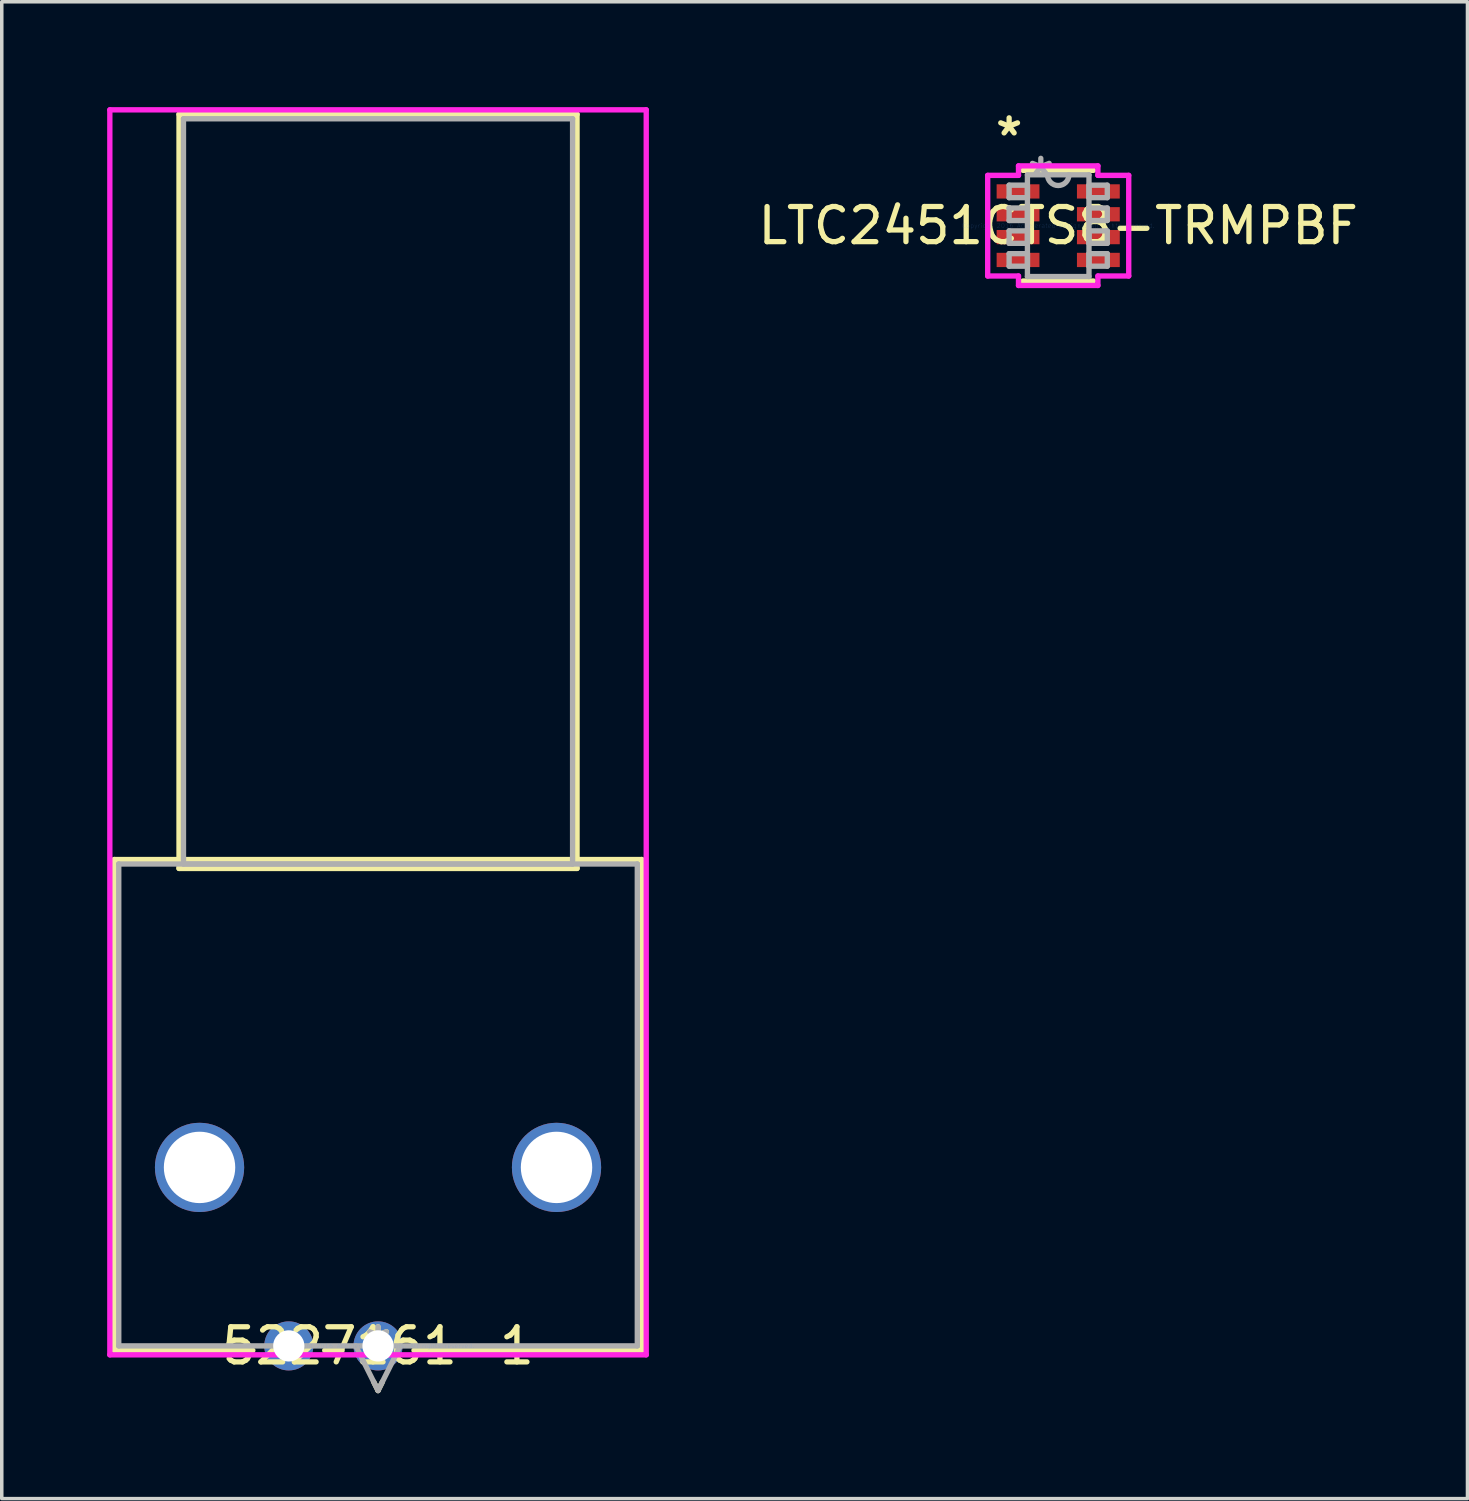
<source format=kicad_pcb>
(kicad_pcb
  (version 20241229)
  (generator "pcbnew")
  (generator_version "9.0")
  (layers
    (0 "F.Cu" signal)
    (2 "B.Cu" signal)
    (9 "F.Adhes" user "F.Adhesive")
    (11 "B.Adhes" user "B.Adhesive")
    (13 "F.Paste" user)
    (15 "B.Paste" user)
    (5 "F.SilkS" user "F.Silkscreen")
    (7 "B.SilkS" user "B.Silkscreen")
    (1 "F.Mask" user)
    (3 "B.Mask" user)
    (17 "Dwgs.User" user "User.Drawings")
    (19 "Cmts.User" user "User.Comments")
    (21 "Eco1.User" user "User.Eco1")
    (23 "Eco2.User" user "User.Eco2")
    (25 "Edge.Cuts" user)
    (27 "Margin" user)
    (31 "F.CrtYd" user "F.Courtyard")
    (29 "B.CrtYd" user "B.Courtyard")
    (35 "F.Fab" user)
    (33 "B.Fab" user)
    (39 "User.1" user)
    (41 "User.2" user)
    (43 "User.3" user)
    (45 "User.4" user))
  (footprint "5227161-1"
    (layer "F.Cu")
    (at 7.709 35.255)
    (property "Reference" "5227161-1" (at 0 0 0) (layer "F.SilkS") (effects (font (size 1 1) (thickness 0.15))))
    (attr through_hole)
    (fp_line (start -7.506 -13.843) (end -7.506 0.127) (stroke (width 0.152) (type solid)) (layer "F.SilkS"))
    (fp_line (start -7.506 0.127) (end -3.563 0.127) (stroke (width 0.152) (type solid)) (layer "F.SilkS"))
    (fp_line (start -5.664 -35.052) (end -5.664 -13.589) (stroke (width 0.152) (type solid)) (layer "F.SilkS"))
    (fp_line (start -5.664 -13.589) (end 5.664 -13.589) (stroke (width 0.152) (type solid)) (layer "F.SilkS"))
    (fp_line (start -1.517 0.127) (end -1.023 0.127) (stroke (width 0.152) (type solid)) (layer "F.SilkS"))
    (fp_line (start -0.123 1.024) (end 0 1.27) (stroke (width 0.152) (type solid)) (layer "F.SilkS"))
    (fp_line (start 0.123 1.024) (end 0 1.27) (stroke (width 0.152) (type solid)) (layer "F.SilkS"))
    (fp_line (start 1.023 0.127) (end 7.506 0.127) (stroke (width 0.152) (type solid)) (layer "F.SilkS"))
    (fp_line (start 5.664 -35.052) (end -5.664 -35.052) (stroke (width 0.152) (type solid)) (layer "F.SilkS"))
    (fp_line (start 5.664 -13.589) (end 5.664 -35.052) (stroke (width 0.152) (type solid)) (layer "F.SilkS"))
    (fp_line (start 7.506 -13.843) (end -7.506 -13.843) (stroke (width 0.152) (type solid)) (layer "F.SilkS"))
    (fp_line (start 7.506 0.127) (end 7.506 -13.843) (stroke (width 0.152) (type solid)) (layer "F.SilkS"))
    (fp_line (start -7.633 -35.179) (end -7.633 0.254) (stroke (width 0.152) (type solid)) (layer "F.CrtYd"))
    (fp_line (start -7.633 0.254) (end 7.633 0.254) (stroke (width 0.152) (type solid)) (layer "F.CrtYd"))
    (fp_line (start 7.633 -35.179) (end -7.633 -35.179) (stroke (width 0.152) (type solid)) (layer "F.CrtYd"))
    (fp_line (start 7.633 0.254) (end 7.633 -35.179) (stroke (width 0.152) (type solid)) (layer "F.CrtYd"))
    (fp_line (start -7.379 -13.716) (end -7.379 0) (stroke (width 0.152) (type solid)) (layer "F.Fab"))
    (fp_line (start -7.379 0) (end 7.379 0) (stroke (width 0.152) (type solid)) (layer "F.Fab"))
    (fp_line (start -5.537 -34.925) (end -5.537 -13.716) (stroke (width 0.152) (type solid)) (layer "F.Fab"))
    (fp_line (start -5.537 -13.716) (end 5.537 -13.716) (stroke (width 0.152) (type solid)) (layer "F.Fab"))
    (fp_line (start -0.635 0) (end 0 1.27) (stroke (width 0.152) (type solid)) (layer "F.Fab"))
    (fp_line (start 0.635 0) (end 0 1.27) (stroke (width 0.152) (type solid)) (layer "F.Fab"))
    (fp_line (start 5.537 -34.925) (end -5.537 -34.925) (stroke (width 0.152) (type solid)) (layer "F.Fab"))
    (fp_line (start 5.537 -13.716) (end 5.537 -34.925) (stroke (width 0.152) (type solid)) (layer "F.Fab"))
    (fp_line (start 7.379 -13.716) (end -7.379 -13.716) (stroke (width 0.152) (type solid)) (layer "F.Fab"))
    (fp_line (start 7.379 0) (end 7.379 -13.716) (stroke (width 0.152) (type solid)) (layer "F.Fab"))
    (fp_text user "*" (at 0 0 0) (layer "F.SilkS") (effects (font (size 1 1) (thickness 0.15))))
    (fp_text user "Copyright 2016 Accelerated Designs. All rights reserved." (at 0 0 0) (layer "Cmts.User") (effects (font (size 0.127 0.127) (thickness 0.002))))
    (fp_text user "*" (at 0 0 0) (layer "F.Fab") (effects (font (size 1 1) (thickness 0.15))))
    (pad "1" thru_hole circle (at 0 0) (size 1.397 1.397) (drill 0.889) (layers "*.Cu" "*.Mask"))
    (pad "2" thru_hole circle (at -2.54 0) (size 1.397 1.397) (drill 0.889) (layers "*.Cu" "*.Mask"))
    (pad "3" thru_hole circle (at -5.08 -5.08) (size 2.54 2.54) (drill 2.032) (layers "*.Cu" "*.Mask"))
    (pad "4" thru_hole circle (at 5.08 -5.08) (size 2.54 2.54) (drill 2.032) (layers "*.Cu" "*.Mask")))
  (footprint "LTC2451CTS8-TRMPBF"
    (layer "F.Cu")
    (at 27.067 3.373)
    (property "Reference" "LTC2451CTS8-TRMPBF" (at 0 0 0) (layer "F.SilkS") (effects (font (size 1 1) (thickness 0.15))))
    (attr through_hole)
    (fp_line (start -1.003 1.575) (end 1.003 1.575) (stroke (width 0.152) (type solid)) (layer "F.SilkS"))
    (fp_line (start 1.003 -1.575) (end -1.003 -1.575) (stroke (width 0.152) (type solid)) (layer "F.SilkS"))
    (fp_line (start -2.007 -1.432) (end -1.13 -1.432) (stroke (width 0.152) (type solid)) (layer "F.CrtYd"))
    (fp_line (start -2.007 1.432) (end -2.007 -1.432) (stroke (width 0.152) (type solid)) (layer "F.CrtYd"))
    (fp_line (start -1.13 -1.702) (end 1.13 -1.702) (stroke (width 0.152) (type solid)) (layer "F.CrtYd"))
    (fp_line (start -1.13 -1.432) (end -1.13 -1.702) (stroke (width 0.152) (type solid)) (layer "F.CrtYd"))
    (fp_line (start -1.13 1.432) (end -2.007 1.432) (stroke (width 0.152) (type solid)) (layer "F.CrtYd"))
    (fp_line (start -1.13 1.702) (end -1.13 1.432) (stroke (width 0.152) (type solid)) (layer "F.CrtYd"))
    (fp_line (start 1.13 -1.702) (end 1.13 -1.432) (stroke (width 0.152) (type solid)) (layer "F.CrtYd"))
    (fp_line (start 1.13 -1.432) (end 2.007 -1.432) (stroke (width 0.152) (type solid)) (layer "F.CrtYd"))
    (fp_line (start 1.13 1.432) (end 1.13 1.702) (stroke (width 0.152) (type solid)) (layer "F.CrtYd"))
    (fp_line (start 1.13 1.702) (end -1.13 1.702) (stroke (width 0.152) (type solid)) (layer "F.CrtYd"))
    (fp_line (start 2.007 -1.432) (end 2.007 1.432) (stroke (width 0.152) (type solid)) (layer "F.CrtYd"))
    (fp_line (start 2.007 1.432) (end 1.13 1.432) (stroke (width 0.152) (type solid)) (layer "F.CrtYd"))
    (fp_line (start -1.397 -1.153) (end -1.397 -0.797) (stroke (width 0.152) (type solid)) (layer "F.Fab"))
    (fp_line (start -1.397 -0.797) (end -0.876 -0.797) (stroke (width 0.152) (type solid)) (layer "F.Fab"))
    (fp_line (start -1.397 -0.503) (end -1.397 -0.147) (stroke (width 0.152) (type solid)) (layer "F.Fab"))
    (fp_line (start -1.397 -0.147) (end -0.876 -0.147) (stroke (width 0.152) (type solid)) (layer "F.Fab"))
    (fp_line (start -1.397 0.147) (end -1.397 0.503) (stroke (width 0.152) (type solid)) (layer "F.Fab"))
    (fp_line (start -1.397 0.503) (end -0.876 0.503) (stroke (width 0.152) (type solid)) (layer "F.Fab"))
    (fp_line (start -1.397 0.797) (end -1.397 1.153) (stroke (width 0.152) (type solid)) (layer "F.Fab"))
    (fp_line (start -1.397 1.153) (end -0.876 1.153) (stroke (width 0.152) (type solid)) (layer "F.Fab"))
    (fp_line (start -0.876 -1.448) (end -0.876 1.448) (stroke (width 0.152) (type solid)) (layer "F.Fab"))
    (fp_line (start -0.876 -1.153) (end -1.397 -1.153) (stroke (width 0.152) (type solid)) (layer "F.Fab"))
    (fp_line (start -0.876 -0.797) (end -0.876 -1.153) (stroke (width 0.152) (type solid)) (layer "F.Fab"))
    (fp_line (start -0.876 -0.503) (end -1.397 -0.503) (stroke (width 0.152) (type solid)) (layer "F.Fab"))
    (fp_line (start -0.876 -0.147) (end -0.876 -0.503) (stroke (width 0.152) (type solid)) (layer "F.Fab"))
    (fp_line (start -0.876 0.147) (end -1.397 0.147) (stroke (width 0.152) (type solid)) (layer "F.Fab"))
    (fp_line (start -0.876 0.503) (end -0.876 0.147) (stroke (width 0.152) (type solid)) (layer "F.Fab"))
    (fp_line (start -0.876 0.797) (end -1.397 0.797) (stroke (width 0.152) (type solid)) (layer "F.Fab"))
    (fp_line (start -0.876 1.153) (end -0.876 0.797) (stroke (width 0.152) (type solid)) (layer "F.Fab"))
    (fp_line (start -0.876 1.448) (end 0.876 1.448) (stroke (width 0.152) (type solid)) (layer "F.Fab"))
    (fp_line (start 0.876 -1.448) (end -0.876 -1.448) (stroke (width 0.152) (type solid)) (layer "F.Fab"))
    (fp_line (start 0.876 -1.153) (end 0.876 -0.797) (stroke (width 0.152) (type solid)) (layer "F.Fab"))
    (fp_line (start 0.876 -0.797) (end 1.397 -0.797) (stroke (width 0.152) (type solid)) (layer "F.Fab"))
    (fp_line (start 0.876 -0.503) (end 0.876 -0.147) (stroke (width 0.152) (type solid)) (layer "F.Fab"))
    (fp_line (start 0.876 -0.147) (end 1.397 -0.147) (stroke (width 0.152) (type solid)) (layer "F.Fab"))
    (fp_line (start 0.876 0.147) (end 0.876 0.503) (stroke (width 0.152) (type solid)) (layer "F.Fab"))
    (fp_line (start 0.876 0.503) (end 1.397 0.503) (stroke (width 0.152) (type solid)) (layer "F.Fab"))
    (fp_line (start 0.876 0.797) (end 0.876 1.153) (stroke (width 0.152) (type solid)) (layer "F.Fab"))
    (fp_line (start 0.876 1.153) (end 1.397 1.153) (stroke (width 0.152) (type solid)) (layer "F.Fab"))
    (fp_line (start 0.876 1.448) (end 0.876 -1.448) (stroke (width 0.152) (type solid)) (layer "F.Fab"))
    (fp_line (start 1.397 -1.153) (end 0.876 -1.153) (stroke (width 0.152) (type solid)) (layer "F.Fab"))
    (fp_line (start 1.397 -0.797) (end 1.397 -1.153) (stroke (width 0.152) (type solid)) (layer "F.Fab"))
    (fp_line (start 1.397 -0.503) (end 0.876 -0.503) (stroke (width 0.152) (type solid)) (layer "F.Fab"))
    (fp_line (start 1.397 -0.147) (end 1.397 -0.503) (stroke (width 0.152) (type solid)) (layer "F.Fab"))
    (fp_line (start 1.397 0.147) (end 0.876 0.147) (stroke (width 0.152) (type solid)) (layer "F.Fab"))
    (fp_line (start 1.397 0.503) (end 1.397 0.147) (stroke (width 0.152) (type solid)) (layer "F.Fab"))
    (fp_line (start 1.397 0.797) (end 0.876 0.797) (stroke (width 0.152) (type solid)) (layer "F.Fab"))
    (fp_line (start 1.397 1.153) (end 1.397 0.797) (stroke (width 0.152) (type solid)) (layer "F.Fab"))
    (fp_arc (start 0.3048 -1.4478) (mid 0 -1.143) (end -0.3048 -1.4478) (stroke (width 0.1524) (type solid)) (layer "F.Fab"))
    (fp_text user "*" (at -1.397 -2.524 0) (layer "F.SilkS") (effects (font (size 1 1) (thickness 0.15))))
    (fp_text user "Copyright 2016 Accelerated Designs. All rights reserved." (at 0 0 0) (layer "Cmts.User") (effects (font (size 0.127 0.127) (thickness 0.002))))
    (fp_text user "*" (at -0.495 -1.372 0) (layer "F.Fab") (effects (font (size 1 1) (thickness 0.15))))
    (pad "1" smd rect (at -1.143 -0.975) (size 1.219 0.406) (layers "F.Cu" "F.Mask" "F.Paste"))
    (pad "2" smd rect (at -1.143 -0.325) (size 1.219 0.406) (layers "F.Cu" "F.Mask" "F.Paste"))
    (pad "3" smd rect (at -1.143 0.325) (size 1.219 0.406) (layers "F.Cu" "F.Mask" "F.Paste"))
    (pad "4" smd rect (at -1.143 0.975) (size 1.219 0.406) (layers "F.Cu" "F.Mask" "F.Paste"))
    (pad "5" smd rect (at 1.143 0.975) (size 1.219 0.406) (layers "F.Cu" "F.Mask" "F.Paste"))
    (pad "6" smd rect (at 1.143 0.325) (size 1.219 0.406) (layers "F.Cu" "F.Mask" "F.Paste"))
    (pad "7" smd rect (at 1.143 -0.325) (size 1.219 0.406) (layers "F.Cu" "F.Mask" "F.Paste"))
    (pad "8" smd rect (at 1.143 -0.975) (size 1.219 0.406) (layers "F.Cu" "F.Mask" "F.Paste")))
  (gr_rect
    (start -3 -3)
    (end 38.715 39.601)
    (stroke (width 0.1) (type default))
    (fill no)
    (layer "Edge.Cuts")))
</source>
